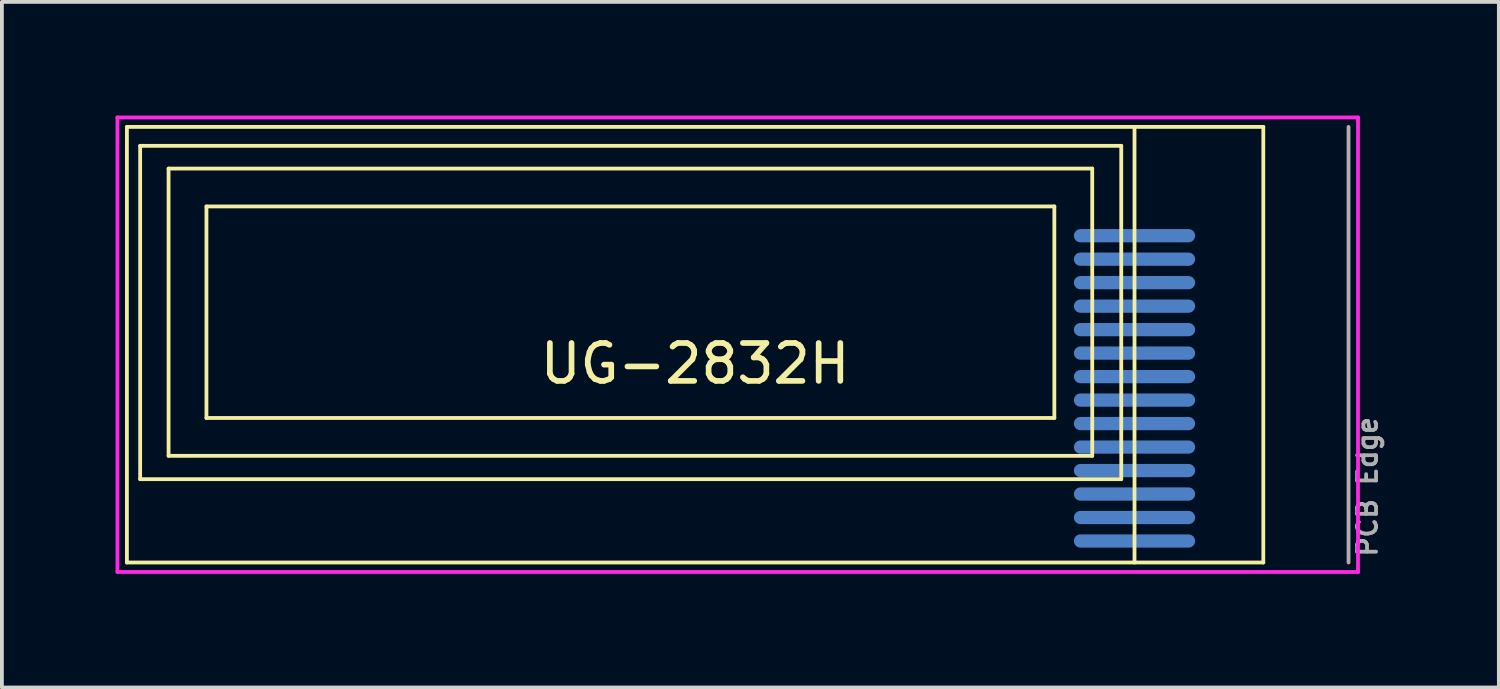
<source format=kicad_pcb>
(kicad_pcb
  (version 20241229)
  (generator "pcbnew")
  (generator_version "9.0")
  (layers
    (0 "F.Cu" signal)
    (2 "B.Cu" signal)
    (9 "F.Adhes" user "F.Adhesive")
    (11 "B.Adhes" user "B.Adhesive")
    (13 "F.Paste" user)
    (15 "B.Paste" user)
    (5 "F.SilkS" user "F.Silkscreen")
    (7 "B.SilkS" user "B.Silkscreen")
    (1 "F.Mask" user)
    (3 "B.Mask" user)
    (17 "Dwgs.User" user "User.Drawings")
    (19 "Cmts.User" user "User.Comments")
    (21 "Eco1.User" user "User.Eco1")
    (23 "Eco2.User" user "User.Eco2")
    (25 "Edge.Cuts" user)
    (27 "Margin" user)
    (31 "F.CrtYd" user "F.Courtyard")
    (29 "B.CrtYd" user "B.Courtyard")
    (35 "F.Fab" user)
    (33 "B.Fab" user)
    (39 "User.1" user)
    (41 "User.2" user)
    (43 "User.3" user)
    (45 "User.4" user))
  (footprint "UG-2832H"
    (layer "F.Cu")
    (at 15.3 6.05)
    (property "Reference" "UG-2832H" (at 0 0.5 0) (layer "F.SilkS") (effects (font (size 1 1) (thickness 0.15))))
    (attr through_hole)
    (fp_line (start -15 -5.75) (end 15 -5.75) (stroke (width 0.1) (type solid)) (layer "F.SilkS"))
    (fp_line (start -15 5.75) (end -15 -5.75) (stroke (width 0.1) (type solid)) (layer "F.SilkS"))
    (fp_line (start -14.65 -5.25) (end -14.65 3.55) (stroke (width 0.1) (type solid)) (layer "F.SilkS"))
    (fp_line (start -14.65 3.55) (end 11.25 3.55) (stroke (width 0.1) (type solid)) (layer "F.SilkS"))
    (fp_line (start -13.9 -4.65) (end -13.9 2.934) (stroke (width 0.1) (type solid)) (layer "F.SilkS"))
    (fp_line (start -13.9 2.934) (end 10.484 2.934) (stroke (width 0.1) (type solid)) (layer "F.SilkS"))
    (fp_line (start -12.9 -3.65) (end -12.9 1.934) (stroke (width 0.1) (type solid)) (layer "F.SilkS"))
    (fp_line (start -12.9 1.934) (end 9.484 1.934) (stroke (width 0.1) (type solid)) (layer "F.SilkS"))
    (fp_line (start 9.484 -3.65) (end -12.9 -3.65) (stroke (width 0.1) (type solid)) (layer "F.SilkS"))
    (fp_line (start 9.484 1.934) (end 9.484 -3.65) (stroke (width 0.1) (type solid)) (layer "F.SilkS"))
    (fp_line (start 10.484 -4.65) (end -13.9 -4.65) (stroke (width 0.1) (type solid)) (layer "F.SilkS"))
    (fp_line (start 10.484 2.934) (end 10.484 -4.65) (stroke (width 0.1) (type solid)) (layer "F.SilkS"))
    (fp_line (start 11.25 -5.25) (end -14.65 -5.25) (stroke (width 0.1) (type solid)) (layer "F.SilkS"))
    (fp_line (start 11.25 3.55) (end 11.25 -5.25) (stroke (width 0.1) (type solid)) (layer "F.SilkS"))
    (fp_line (start 11.6 -5.75) (end 11.6 5.75) (stroke (width 0.1) (type solid)) (layer "F.SilkS"))
    (fp_line (start 15 -5.75) (end 15 5.75) (stroke (width 0.1) (type solid)) (layer "F.SilkS"))
    (fp_line (start 15 5.75) (end -15 5.75) (stroke (width 0.1) (type solid)) (layer "F.SilkS"))
    (fp_line (start -15.25 -6) (end -15.25 6) (stroke (width 0.1) (type solid)) (layer "F.CrtYd"))
    (fp_line (start -15.25 6) (end 17.5 6) (stroke (width 0.1) (type solid)) (layer "F.CrtYd"))
    (fp_line (start 17.5 -6) (end -15.25 -6) (stroke (width 0.1) (type solid)) (layer "F.CrtYd"))
    (fp_line (start 17.5 6) (end 17.5 -6) (stroke (width 0.1) (type solid)) (layer "F.CrtYd"))
    (fp_line (start 17.25 -5.75) (end 17.25 5.75) (stroke (width 0.1) (type solid)) (layer "F.Fab"))
    (fp_text user "PCB Edge" (at 17.75 3.75 90) (layer "F.Fab") (effects (font (size 0.5 0.5) (thickness 0.1))))
    (pad "1" smd oval (at 11.6 5.182) (size 3.2 0.35) (layers "B.Cu" "B.Mask" "B.Paste"))
    (pad "2" smd oval (at 11.6 4.562) (size 3.2 0.35) (layers "B.Cu" "B.Mask" "B.Paste"))
    (pad "3" smd oval (at 11.6 3.942) (size 3.2 0.35) (layers "B.Cu" "B.Mask" "B.Paste"))
    (pad "4" smd oval (at 11.6 3.322) (size 3.2 0.35) (layers "B.Cu" "B.Mask" "B.Paste"))
    (pad "5" smd oval (at 11.6 2.702) (size 3.2 0.35) (layers "B.Cu" "B.Mask" "B.Paste"))
    (pad "6" smd oval (at 11.6 2.082) (size 3.2 0.35) (layers "B.Cu" "B.Mask" "B.Paste"))
    (pad "7" smd oval (at 11.6 1.462) (size 3.2 0.35) (layers "B.Cu" "B.Mask" "B.Paste"))
    (pad "8" smd oval (at 11.6 0.842) (size 3.2 0.35) (layers "B.Cu" "B.Mask" "B.Paste"))
    (pad "9" smd oval (at 11.6 0.222) (size 3.2 0.35) (layers "B.Cu" "B.Mask" "B.Paste"))
    (pad "10" smd oval (at 11.6 -0.398) (size 3.2 0.35) (layers "B.Cu" "B.Mask" "B.Paste"))
    (pad "11" smd oval (at 11.6 -1.018) (size 3.2 0.35) (layers "B.Cu" "B.Mask" "B.Paste"))
    (pad "12" smd oval (at 11.6 -1.638) (size 3.2 0.35) (layers "B.Cu" "B.Mask" "B.Paste"))
    (pad "13" smd oval (at 11.6 -2.258) (size 3.2 0.35) (layers "B.Cu" "B.Mask" "B.Paste"))
    (pad "14" smd oval (at 11.6 -2.878) (size 3.2 0.35) (layers "B.Cu" "B.Mask" "B.Paste")))
  (gr_rect
    (start -3 -3)
    (end 36.518 15.1)
    (stroke (width 0.1) (type default))
    (fill no)
    (layer "Edge.Cuts")))
</source>
